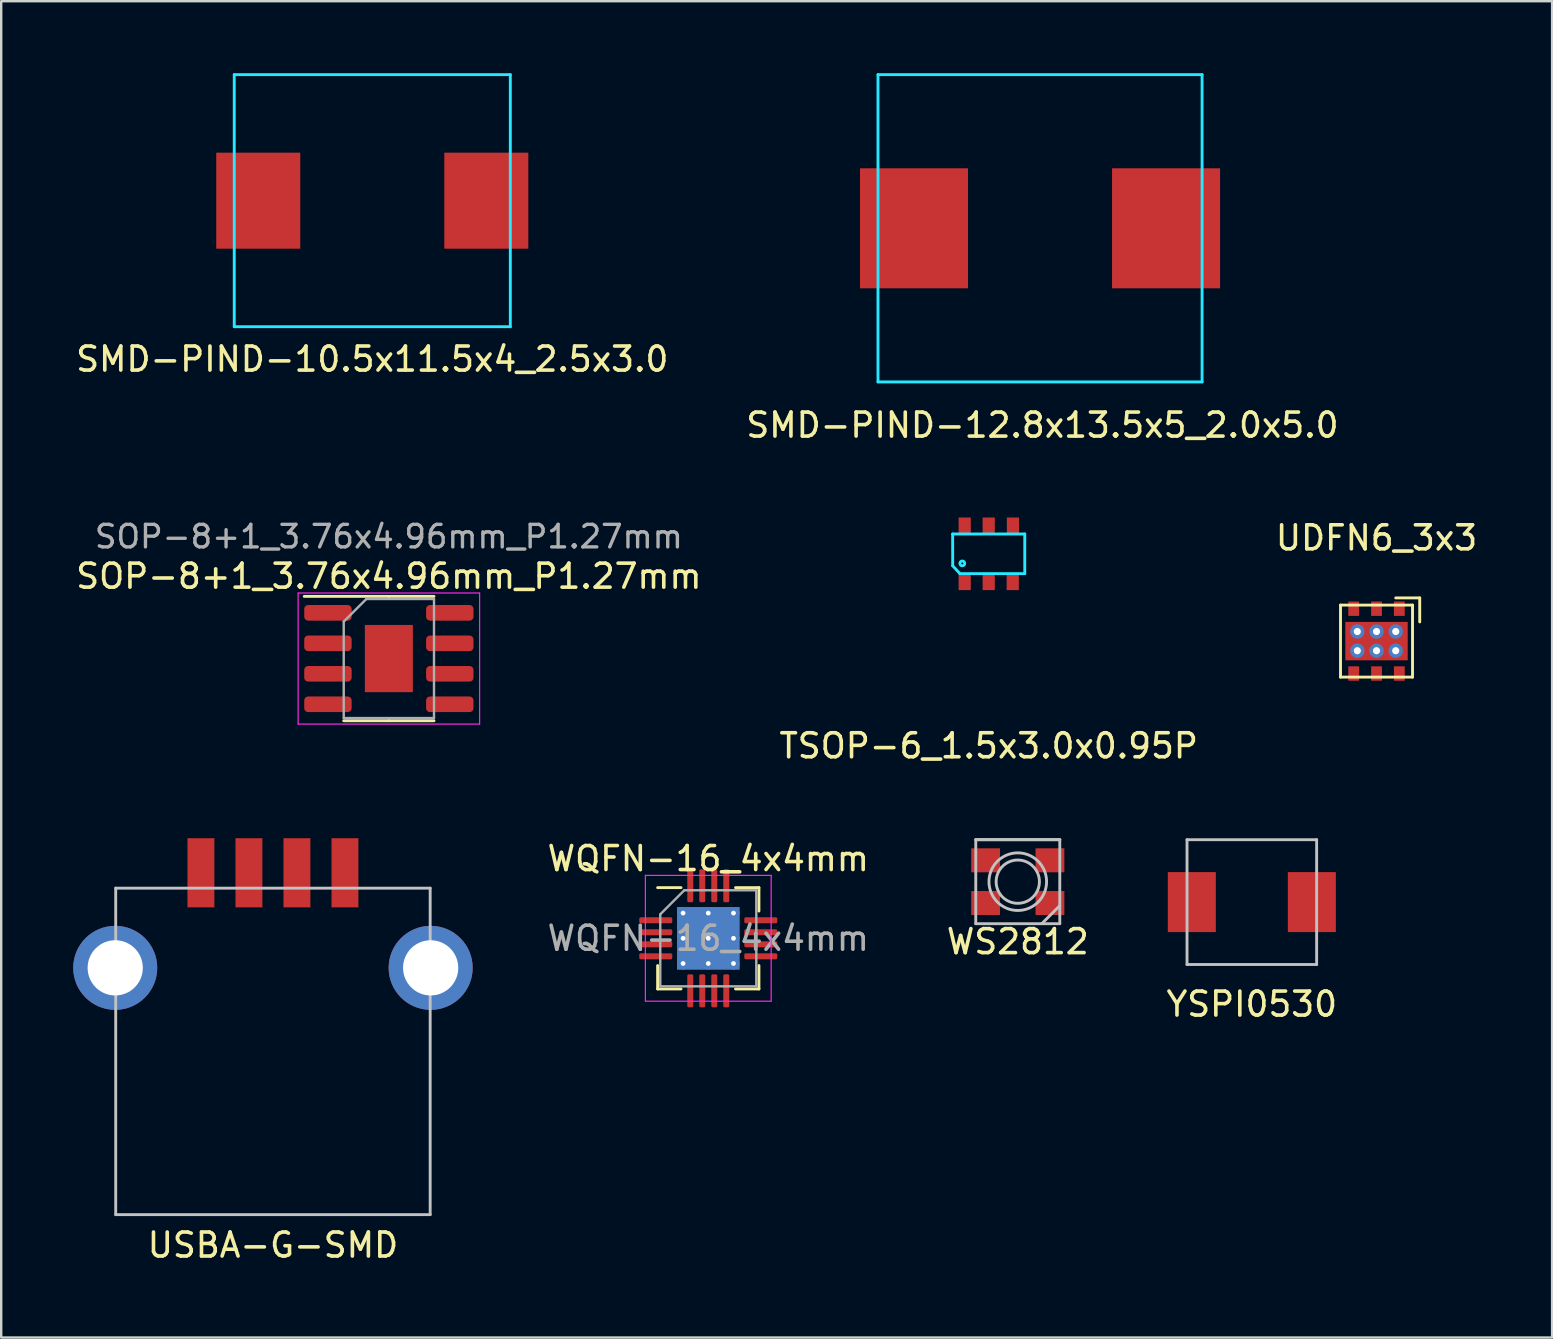
<source format=kicad_pcb>
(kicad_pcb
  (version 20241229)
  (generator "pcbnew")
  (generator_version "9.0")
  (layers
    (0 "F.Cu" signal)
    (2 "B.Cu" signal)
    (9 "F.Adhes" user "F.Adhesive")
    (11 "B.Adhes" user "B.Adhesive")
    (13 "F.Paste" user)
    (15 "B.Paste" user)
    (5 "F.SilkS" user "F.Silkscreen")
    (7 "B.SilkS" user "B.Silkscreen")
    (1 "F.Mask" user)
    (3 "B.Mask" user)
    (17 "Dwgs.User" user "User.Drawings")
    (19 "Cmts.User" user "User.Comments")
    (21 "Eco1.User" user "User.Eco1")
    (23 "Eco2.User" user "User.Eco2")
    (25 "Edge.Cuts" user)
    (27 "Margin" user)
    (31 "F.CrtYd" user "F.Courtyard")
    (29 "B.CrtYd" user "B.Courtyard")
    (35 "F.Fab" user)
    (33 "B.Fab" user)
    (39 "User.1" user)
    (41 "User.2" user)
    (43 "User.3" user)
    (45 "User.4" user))
  (footprint "UDFN6_3x3"
    (layer "F.Cu")
    (at 54.292 23.657)
    (property "Reference" "UDFN6_3x3" (at 0 -4.3 0) (layer "F.SilkS") (effects (font (size 1 1) (thickness 0.15))))
    (attr smd)
    (fp_line (start -1.5 -1.5) (end 1.5 -1.5) (stroke (width 0.12) (type solid)) (layer "F.SilkS"))
    (fp_line (start -1.5 1.5) (end -1.5 -1.5) (stroke (width 0.12) (type solid)) (layer "F.SilkS"))
    (fp_line (start 0.8 -1.8) (end 1.8 -1.8) (stroke (width 0.12) (type solid)) (layer "F.SilkS"))
    (fp_line (start 1.5 -1.5) (end 1.5 1.5) (stroke (width 0.12) (type solid)) (layer "F.SilkS"))
    (fp_line (start 1.5 1.5) (end -1.5 1.5) (stroke (width 0.12) (type solid)) (layer "F.SilkS"))
    (fp_line (start 1.8 -1.8) (end 1.8 -0.8) (stroke (width 0.12) (type solid)) (layer "F.SilkS"))
    (pad "1" smd rect (at 0.95 -1.35) (size 0.45 0.6) (layers "F.Cu" "F.Mask" "F.Paste"))
    (pad "2" smd rect (at 0 -1.35) (size 0.45 0.6) (layers "F.Cu" "F.Mask" "F.Paste"))
    (pad "3" smd rect (at -0.95 -1.35) (size 0.45 0.6) (layers "F.Cu" "F.Mask" "F.Paste"))
    (pad "4" smd rect (at -0.95 1.35) (size 0.45 0.6) (layers "F.Cu" "F.Mask" "F.Paste"))
    (pad "5" smd rect (at 0 1.35) (size 0.45 0.6) (layers "F.Cu" "F.Mask" "F.Paste"))
    (pad "6" smd rect (at 0.95 1.35) (size 0.45 0.6) (layers "F.Cu" "F.Mask" "F.Paste"))
    (pad "7" thru_hole circle (at -0.8 -0.4) (size 0.6 0.6) (drill 0.3) (layers "*.Cu" "*.Mask"))
    (pad "7" thru_hole circle (at -0.8 0.4) (size 0.6 0.6) (drill 0.3) (layers "*.Cu" "*.Mask"))
    (pad "7" thru_hole circle (at 0 -0.4) (size 0.6 0.6) (drill 0.3) (layers "*.Cu" "*.Mask"))
    (pad "7" smd rect (at 0 0) (size 2.6 1.6) (layers "F.Cu" "F.Mask" "F.Paste"))
    (pad "7" thru_hole circle (at 0 0.4) (size 0.6 0.6) (drill 0.3) (layers "*.Cu" "*.Mask"))
    (pad "7" thru_hole circle (at 0.8 -0.4) (size 0.6 0.6) (drill 0.3) (layers "*.Cu" "*.Mask"))
    (pad "7" thru_hole circle (at 0.8 0.4) (size 0.6 0.6) (drill 0.3) (layers "*.Cu" "*.Mask")))
  (footprint "USBA-G-SMD"
    (layer "F.Cu")
    (at 8.32 47.548)
    (property "Reference" "USBA-G-SMD" (at 0 1.27 0) (layer "F.SilkS") (effects (font (size 1 1) (thickness 0.15))))
    (attr through_hole)
    (fp_line (start -6.55 -13.6) (end -6.55 0) (stroke (width 0.12) (type solid)) (layer "Dwgs.User"))
    (fp_line (start -6.55 0) (end 6.55 0) (stroke (width 0.12) (type solid)) (layer "Dwgs.User"))
    (fp_line (start 6.55 -13.6) (end -6.55 -13.6) (stroke (width 0.12) (type solid)) (layer "Dwgs.User"))
    (fp_line (start 6.55 0) (end 6.55 -13.6) (stroke (width 0.12) (type solid)) (layer "Dwgs.User"))
    (pad "1" smd rect (at -3 -14.24) (size 1.12 2.88) (layers "F.Cu" "F.Mask" "F.Paste"))
    (pad "2" smd rect (at -1 -14.24) (size 1.12 2.88) (layers "F.Cu" "F.Mask" "F.Paste"))
    (pad "3" smd rect (at 1 -14.24) (size 1.12 2.88) (layers "F.Cu" "F.Mask" "F.Paste"))
    (pad "4" smd rect (at 3 -14.24) (size 1.12 2.88) (layers "F.Cu" "F.Mask" "F.Paste"))
    (pad "5" thru_hole circle (at -6.57 -10.28) (size 3.5 3.5) (drill 2.3) (layers "*.Cu" "*.Mask"))
    (pad "5" thru_hole circle (at 6.57 -10.28) (size 3.5 3.5) (drill 2.3) (layers "*.Cu" "*.Mask")))
  (footprint "SMD-PIND-10.5x11.5x4_2.5x3.0"
    (layer "F.Cu")
    (at 12.458 5.31)
    (property "Reference" "SMD-PIND-10.5x11.5x4_2.5x3.0" (at 0 6.6 0) (layer "F.SilkS") (effects (font (size 1 1) (thickness 0.15))))
    (attr through_hole)
    (fp_line (start -5.75 -5.25) (end 5.75 -5.25) (stroke (width 0.12) (type solid)) (layer "B.CrtYd"))
    (fp_line (start -5.75 5.25) (end -5.75 -5.25) (stroke (width 0.12) (type solid)) (layer "B.CrtYd"))
    (fp_line (start 5.75 -5.25) (end 5.75 5.25) (stroke (width 0.12) (type solid)) (layer "B.CrtYd"))
    (fp_line (start 5.75 5.25) (end -5.75 5.25) (stroke (width 0.12) (type solid)) (layer "B.CrtYd"))
    (pad "1" smd rect (at -4.75 0) (size 3.5 4) (layers "F.Cu" "F.Mask" "F.Paste"))
    (pad "2" smd rect (at 4.75 0) (size 3.5 4) (layers "F.Cu" "F.Mask" "F.Paste")))
  (footprint "YSPI0530"
    (layer "F.Cu")
    (at 49.098 34.529)
    (property "Reference" "YSPI0530" (at 0 4.25 0) (layer "F.SilkS") (effects (font (size 1 1) (thickness 0.15))))
    (attr through_hole)
    (fp_line (start -2.7 -2.6) (end 2.7 -2.6) (stroke (width 0.12) (type solid)) (layer "Dwgs.User"))
    (fp_line (start -2.7 2.6) (end -2.7 -2.6) (stroke (width 0.12) (type solid)) (layer "Dwgs.User"))
    (fp_line (start 2.7 -2.6) (end 2.7 2.6) (stroke (width 0.12) (type solid)) (layer "Dwgs.User"))
    (fp_line (start 2.7 2.6) (end -2.7 2.6) (stroke (width 0.12) (type solid)) (layer "Dwgs.User"))
    (pad "1" smd rect (at -2.5 0) (size 2 2.5) (layers "F.Cu" "F.Mask" "F.Paste"))
    (pad "2" smd rect (at 2.5 0) (size 2 2.5) (layers "F.Cu" "F.Mask" "F.Paste")))
  (footprint "TSOP-6_1.5x3.0x0.95P"
    (layer "F.Cu")
    (at 38.137 20.02)
    (property "Reference" "TSOP-6_1.5x3.0x0.95P" (at 0 8 0) (layer "F.SilkS") (effects (font (size 1 1) (thickness 0.15))))
    (attr through_hole)
    (fp_line (start -1.502 -0.825) (end 1.502 -0.825) (stroke (width 0.12) (type solid)) (layer "B.CrtYd"))
    (fp_line (start -1.5 0.5) (end -1.502 -0.825) (stroke (width 0.12) (type solid)) (layer "B.CrtYd"))
    (fp_line (start -1.2 0.825) (end -1.5 0.5) (stroke (width 0.12) (type solid)) (layer "B.CrtYd"))
    (fp_line (start -1.2 0.825) (end 1.502 0.825) (stroke (width 0.12) (type solid)) (layer "B.CrtYd"))
    (fp_line (start 1.502 -0.825) (end 1.502 0.825) (stroke (width 0.12) (type solid)) (layer "B.CrtYd"))
    (fp_circle (center -1.1 0.4) (end -1.1 0.5) (stroke (width 0.12) (type solid)) (fill no) (layer "B.CrtYd"))
    (pad "1" smd rect (at -1.001 1.163) (size 0.508 0.699) (layers "F.Cu" "F.Mask" "F.Paste"))
    (pad "2" smd rect (at 0 1.163) (size 0.508 0.699) (layers "F.Cu" "F.Mask" "F.Paste"))
    (pad "3" smd rect (at 1.001 1.163) (size 0.508 0.699) (layers "F.Cu" "F.Mask" "F.Paste"))
    (pad "4" smd rect (at 1.009 -1.163) (size 0.508 0.699) (layers "F.Cu" "F.Mask" "F.Paste"))
    (pad "5" smd rect (at 0 -1.163) (size 0.508 0.699) (layers "F.Cu" "F.Mask" "F.Paste"))
    (pad "6" smd rect (at -1.001 -1.163) (size 0.508 0.699) (layers "F.Cu" "F.Mask" "F.Paste")))
  (footprint "WS2812"
    (layer "F.Cu")
    (at 39.348 33.678)
    (property "Reference" "WS2812" (at 0 2.5 0) (layer "F.SilkS") (effects (font (size 1 1) (thickness 0.15))))
    (attr through_hole)
    (fp_line (start -1.75 -1.75) (end -1.75 1.75) (stroke (width 0.12) (type solid)) (layer "Dwgs.User"))
    (fp_line (start -1.75 -1.75) (end 1.75 -1.75) (stroke (width 0.12) (type solid)) (layer "Dwgs.User"))
    (fp_line (start 1 1.75) (end 1.75 1) (stroke (width 0.12) (type solid)) (layer "Dwgs.User"))
    (fp_line (start 1.75 -1.75) (end -1.75 -1.75) (stroke (width 0.12) (type solid)) (layer "Dwgs.User"))
    (fp_line (start 1.75 1.75) (end -1.75 1.75) (stroke (width 0.12) (type solid)) (layer "Dwgs.User"))
    (fp_line (start 1.75 1.75) (end 1.75 -1.75) (stroke (width 0.12) (type solid)) (layer "Dwgs.User"))
    (fp_circle (center 0 0) (end 0.75 0.5) (stroke (width 0.12) (type solid)) (fill no) (layer "Dwgs.User"))
    (fp_circle (center 0 0) (end 1.2 0) (stroke (width 0.12) (type solid)) (fill no) (layer "Dwgs.User"))
    (pad "1" smd rect (at -1.34 -0.89) (size 1.2 1) (layers "F.Cu" "F.Mask" "F.Paste"))
    (pad "2" smd rect (at -1.34 0.89) (size 1.2 1) (layers "F.Cu" "F.Mask" "F.Paste"))
    (pad "3" smd rect (at 1.34 0.89) (size 1.2 1) (layers "F.Cu" "F.Mask" "F.Paste"))
    (pad "4" smd rect (at 1.34 -0.89) (size 1.2 1) (layers "F.Cu" "F.Mask" "F.Paste")))
  (footprint "SMD-PIND-12.8x13.5x5_2.0x5.0"
    (layer "F.Cu")
    (at 40.275 6.46)
    (property "Reference" "SMD-PIND-12.8x13.5x5_2.0x5.0" (at 0.1 8.2 0) (layer "F.SilkS") (effects (font (size 1 1) (thickness 0.15))))
    (attr through_hole)
    (fp_line (start -6.75 -6.4) (end 6.75 -6.4) (stroke (width 0.12) (type solid)) (layer "B.CrtYd"))
    (fp_line (start -6.75 6.4) (end -6.75 -6.4) (stroke (width 0.12) (type solid)) (layer "B.CrtYd"))
    (fp_line (start 6.75 -6.4) (end 6.75 6.4) (stroke (width 0.12) (type solid)) (layer "B.CrtYd"))
    (fp_line (start 6.75 6.4) (end -6.75 6.4) (stroke (width 0.12) (type solid)) (layer "B.CrtYd"))
    (pad "1" smd rect (at -5.25 0) (size 4.5 5) (layers "F.Cu" "F.Mask" "F.Paste"))
    (pad "2" smd rect (at 5.25 0) (size 4.5 5) (layers "F.Cu" "F.Mask" "F.Paste")))
  (footprint "WQFN-16_4x4mm"
    (layer "F.Cu")
    (at 26.455 36.037)
    (property "Reference" "WQFN-16_4x4mm" (at 0 -3.32 180) (layer "F.SilkS") (effects (font (size 1 1) (thickness 0.15))))
    (attr smd)
    (fp_line (start -2.11 2.11) (end -2.11 1.135) (stroke (width 0.12) (type solid)) (layer "F.SilkS"))
    (fp_line (start -1.135 -2.11) (end -2.11 -2.11) (stroke (width 0.12) (type solid)) (layer "F.SilkS"))
    (fp_line (start -1.135 2.11) (end -2.11 2.11) (stroke (width 0.12) (type solid)) (layer "F.SilkS"))
    (fp_line (start 1.135 -2.11) (end 2.11 -2.11) (stroke (width 0.12) (type solid)) (layer "F.SilkS"))
    (fp_line (start 1.135 2.11) (end 2.11 2.11) (stroke (width 0.12) (type solid)) (layer "F.SilkS"))
    (fp_line (start 2.11 -2.11) (end 2.11 -1.135) (stroke (width 0.12) (type solid)) (layer "F.SilkS"))
    (fp_line (start 2.11 2.11) (end 2.11 1.135) (stroke (width 0.12) (type solid)) (layer "F.SilkS"))
    (fp_line (start -2.62 -2.62) (end -2.62 2.62) (stroke (width 0.05) (type solid)) (layer "F.CrtYd"))
    (fp_line (start -2.62 2.62) (end 2.62 2.62) (stroke (width 0.05) (type solid)) (layer "F.CrtYd"))
    (fp_line (start 2.62 -2.62) (end -2.62 -2.62) (stroke (width 0.05) (type solid)) (layer "F.CrtYd"))
    (fp_line (start 2.62 2.62) (end 2.62 -2.62) (stroke (width 0.05) (type solid)) (layer "F.CrtYd"))
    (fp_line (start -2 -1) (end -1 -2) (stroke (width 0.1) (type solid)) (layer "F.Fab"))
    (fp_line (start -2 2) (end -2 -1) (stroke (width 0.1) (type solid)) (layer "F.Fab"))
    (fp_line (start -1 -2) (end 2 -2) (stroke (width 0.1) (type solid)) (layer "F.Fab"))
    (fp_line (start 2 -2) (end 2 2) (stroke (width 0.1) (type solid)) (layer "F.Fab"))
    (fp_line (start 2 2) (end -2 2) (stroke (width 0.1) (type solid)) (layer "F.Fab"))
    (fp_text user "${REFERENCE}" (at 0 0 180) (layer "F.Fab") (effects (font (size 1 1) (thickness 0.15))))
    (pad "" smd roundrect (at -0.65 -0.65) (size 1.13 1.13) (layers "F.Paste") (roundrect_rratio 0.221))
    (pad "" smd roundrect (at -0.65 0.65) (size 1.13 1.13) (layers "F.Paste") (roundrect_rratio 0.221))
    (pad "" smd roundrect (at 0.65 -0.65) (size 1.13 1.13) (layers "F.Paste") (roundrect_rratio 0.221))
    (pad "" smd roundrect (at 0.65 0.65) (size 1.13 1.13) (layers "F.Paste") (roundrect_rratio 0.221))
    (pad "1" smd roundrect (at -2.188 -0.75) (size 1.375 0.25) (layers "F.Cu" "F.Mask" "F.Paste") (roundrect_rratio 0.25))
    (pad "2" smd roundrect (at -2.188 -0.25) (size 1.375 0.25) (layers "F.Cu" "F.Mask" "F.Paste") (roundrect_rratio 0.25))
    (pad "3" smd roundrect (at -2.188 0.25) (size 1.375 0.25) (layers "F.Cu" "F.Mask" "F.Paste") (roundrect_rratio 0.25))
    (pad "4" smd roundrect (at -2.188 0.75) (size 1.375 0.25) (layers "F.Cu" "F.Mask" "F.Paste") (roundrect_rratio 0.25))
    (pad "5" smd roundrect (at -0.75 2.188) (size 0.25 1.375) (layers "F.Cu" "F.Mask" "F.Paste") (roundrect_rratio 0.25))
    (pad "6" smd roundrect (at -0.25 2.188) (size 0.25 1.375) (layers "F.Cu" "F.Mask" "F.Paste") (roundrect_rratio 0.25))
    (pad "7" smd roundrect (at 0.25 2.188) (size 0.25 1.375) (layers "F.Cu" "F.Mask" "F.Paste") (roundrect_rratio 0.25))
    (pad "8" smd roundrect (at 0.75 2.188) (size 0.25 1.375) (layers "F.Cu" "F.Mask" "F.Paste") (roundrect_rratio 0.25))
    (pad "9" smd roundrect (at 2.188 0.75) (size 1.375 0.25) (layers "F.Cu" "F.Mask" "F.Paste") (roundrect_rratio 0.25))
    (pad "10" smd roundrect (at 2.188 0.25) (size 1.375 0.25) (layers "F.Cu" "F.Mask" "F.Paste") (roundrect_rratio 0.25))
    (pad "11" smd roundrect (at 2.188 -0.25) (size 1.375 0.25) (layers "F.Cu" "F.Mask" "F.Paste") (roundrect_rratio 0.25))
    (pad "12" smd roundrect (at 2.188 -0.75) (size 1.375 0.25) (layers "F.Cu" "F.Mask" "F.Paste") (roundrect_rratio 0.25))
    (pad "13" smd roundrect (at 0.75 -2.188) (size 0.25 1.375) (layers "F.Cu" "F.Mask" "F.Paste") (roundrect_rratio 0.25))
    (pad "14" smd roundrect (at 0.25 -2.188) (size 0.25 1.375) (layers "F.Cu" "F.Mask" "F.Paste") (roundrect_rratio 0.25))
    (pad "15" smd roundrect (at -0.25 -2.188) (size 0.25 1.375) (layers "F.Cu" "F.Mask" "F.Paste") (roundrect_rratio 0.25))
    (pad "16" smd roundrect (at -0.75 -2.188) (size 0.25 1.375) (layers "F.Cu" "F.Mask" "F.Paste") (roundrect_rratio 0.25))
    (pad "17" thru_hole circle (at -1.05 -1.05) (size 0.5 0.5) (drill 0.2) (layers "*.Cu"))
    (pad "17" thru_hole circle (at -1.05 0) (size 0.5 0.5) (drill 0.2) (layers "*.Cu"))
    (pad "17" thru_hole circle (at -1.05 1.05) (size 0.5 0.5) (drill 0.2) (layers "*.Cu"))
    (pad "17" thru_hole circle (at 0 -1.05) (size 0.5 0.5) (drill 0.2) (layers "*.Cu"))
    (pad "17" thru_hole circle (at 0 0) (size 0.5 0.5) (drill 0.2) (layers "*.Cu"))
    (pad "17" smd rect (at 0 0) (size 2.6 2.6) (layers "F.Cu" "F.Mask"))
    (pad "17" smd rect (at 0 0) (size 2.6 2.6) (layers "B.Cu"))
    (pad "17" thru_hole circle (at 0 1.05) (size 0.5 0.5) (drill 0.2) (layers "*.Cu"))
    (pad "17" thru_hole circle (at 1.05 -1.05) (size 0.5 0.5) (drill 0.2) (layers "*.Cu"))
    (pad "17" thru_hole circle (at 1.05 0) (size 0.5 0.5) (drill 0.2) (layers "*.Cu"))
    (pad "17" thru_hole circle (at 1.05 1.05) (size 0.5 0.5) (drill 0.2) (layers "*.Cu")))
  (footprint "SOP-8+1_3.76x4.96mm_P1.27mm"
    (layer "F.Cu")
    (at 13.149 24.384)
    (property "Reference" "SOP-8+1_3.76x4.96mm_P1.27mm" (at 0 -3.43 0) (layer "F.SilkS") (effects (font (size 1 1) (thickness 0.15))))
    (attr smd)
    (fp_line (start 0 -2.59) (end -3.525 -2.59) (stroke (width 0.12) (type solid)) (layer "F.SilkS"))
    (fp_line (start 0 -2.59) (end 1.88 -2.59) (stroke (width 0.12) (type solid)) (layer "F.SilkS"))
    (fp_line (start 0 2.59) (end -1.88 2.59) (stroke (width 0.12) (type solid)) (layer "F.SilkS"))
    (fp_line (start 0 2.59) (end 1.88 2.59) (stroke (width 0.12) (type solid)) (layer "F.SilkS"))
    (fp_line (start -3.78 -2.73) (end -3.78 2.73) (stroke (width 0.05) (type solid)) (layer "F.CrtYd"))
    (fp_line (start -3.78 2.73) (end 3.78 2.73) (stroke (width 0.05) (type solid)) (layer "F.CrtYd"))
    (fp_line (start 3.78 -2.73) (end -3.78 -2.73) (stroke (width 0.05) (type solid)) (layer "F.CrtYd"))
    (fp_line (start 3.78 2.73) (end 3.78 -2.73) (stroke (width 0.05) (type solid)) (layer "F.CrtYd"))
    (fp_line (start -1.88 -1.54) (end -0.94 -2.48) (stroke (width 0.1) (type solid)) (layer "F.Fab"))
    (fp_line (start -1.88 2.48) (end -1.88 -1.54) (stroke (width 0.1) (type solid)) (layer "F.Fab"))
    (fp_line (start -0.94 -2.48) (end 1.88 -2.48) (stroke (width 0.1) (type solid)) (layer "F.Fab"))
    (fp_line (start 1.88 -2.48) (end 1.88 2.48) (stroke (width 0.1) (type solid)) (layer "F.Fab"))
    (fp_line (start 1.88 2.48) (end -1.88 2.48) (stroke (width 0.1) (type solid)) (layer "F.Fab"))
    (fp_text user "${REFERENCE}" (at 0 -5.08 0) (layer "F.Fab") (effects (font (size 0.94 0.94) (thickness 0.14))))
    (pad "1" smd roundrect (at -2.538 -1.905) (size 1.975 0.65) (layers "F.Cu" "F.Mask" "F.Paste") (roundrect_rratio 0.25))
    (pad "2" smd roundrect (at -2.538 -0.635) (size 1.975 0.65) (layers "F.Cu" "F.Mask" "F.Paste") (roundrect_rratio 0.25))
    (pad "3" smd roundrect (at -2.538 0.635) (size 1.975 0.65) (layers "F.Cu" "F.Mask" "F.Paste") (roundrect_rratio 0.25))
    (pad "4" smd roundrect (at -2.538 1.905) (size 1.975 0.65) (layers "F.Cu" "F.Mask" "F.Paste") (roundrect_rratio 0.25))
    (pad "5" smd roundrect (at 2.538 1.905) (size 1.975 0.65) (layers "F.Cu" "F.Mask" "F.Paste") (roundrect_rratio 0.25))
    (pad "6" smd roundrect (at 2.538 0.635) (size 1.975 0.65) (layers "F.Cu" "F.Mask" "F.Paste") (roundrect_rratio 0.25))
    (pad "7" smd roundrect (at 2.538 -0.635) (size 1.975 0.65) (layers "F.Cu" "F.Mask" "F.Paste") (roundrect_rratio 0.25))
    (pad "8" smd roundrect (at 2.538 -1.905) (size 1.975 0.65) (layers "F.Cu" "F.Mask" "F.Paste") (roundrect_rratio 0.25))
    (pad "9" smd rect (at 0 0 90) (size 2.8 2) (layers "F.Cu" "F.Mask" "F.Paste")))
  (gr_rect
    (start -3 -3)
    (end 61.607 52.667)
    (stroke (width 0.1) (type default))
    (fill no)
    (layer "Edge.Cuts")))
</source>
